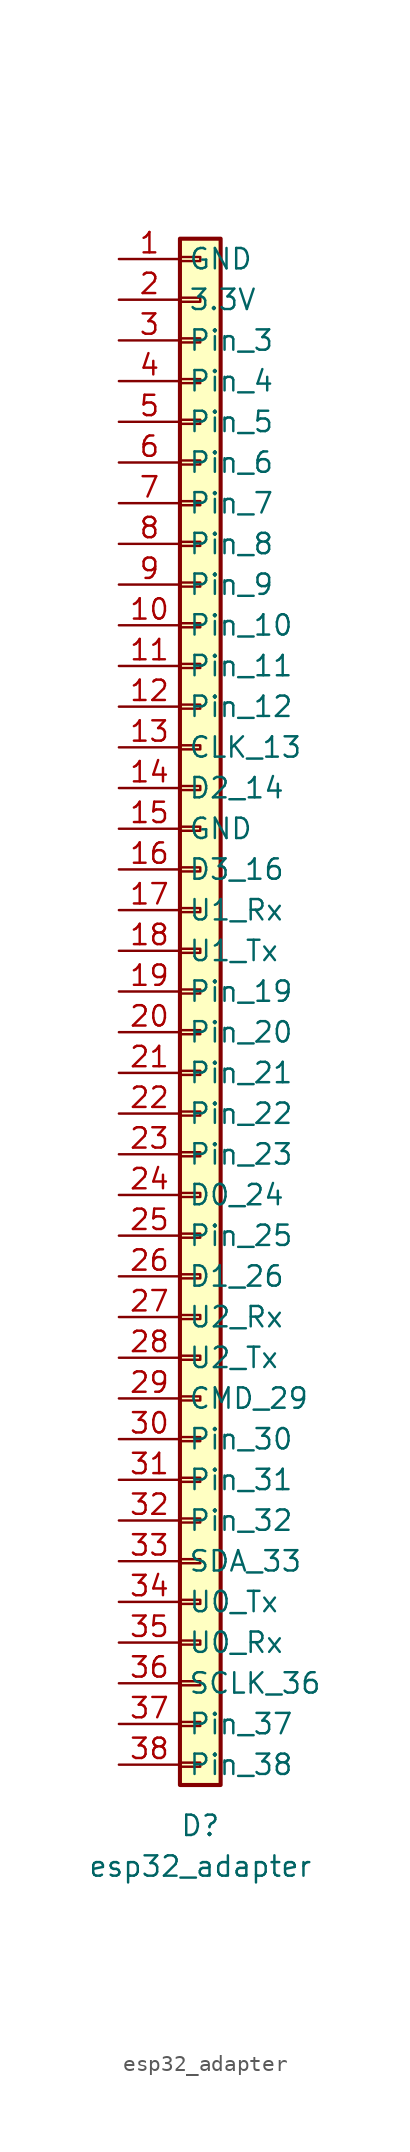
<source format=kicad_sym>
(kicad_symbol_lib
  (version 20211014)
  (generator kicad_symbol_editor)
  (symbol "esp32_adapter"
    (property "Reference" "D"
      (at 3.81 1.27 0)
      (effects (font (size 1.27 1.27))))
    (property "Value" "esp32_adapter"
      (at 3.81 -1.27 0)
      (effects (font (size 1.27 1.27))))
    (symbol "esp32_adapter_1_1"
      (rectangle (start 2.54 5.207) (end 3.81 4.953) (stroke (width 0.152) (type default) (color 0 0 0 0)) (fill (type none)))
      (rectangle (start 2.54 7.747) (end 3.81 7.493) (stroke (width 0.152) (type default) (color 0 0 0 0)) (fill (type none)))
      (rectangle (start 2.54 10.287) (end 3.81 10.033) (stroke (width 0.152) (type default) (color 0 0 0 0)) (fill (type none)))
      (rectangle (start 2.54 12.827) (end 3.81 12.573) (stroke (width 0.152) (type default) (color 0 0 0 0)) (fill (type none)))
      (rectangle (start 2.54 15.367) (end 3.81 15.113) (stroke (width 0.152) (type default) (color 0 0 0 0)) (fill (type none)))
      (rectangle (start 2.54 17.907) (end 3.81 17.653) (stroke (width 0.152) (type default) (color 0 0 0 0)) (fill (type none)))
      (rectangle (start 2.54 20.447) (end 3.81 20.193) (stroke (width 0.152) (type default) (color 0 0 0 0)) (fill (type none)))
      (rectangle (start 2.54 22.987) (end 3.81 22.733) (stroke (width 0.152) (type default) (color 0 0 0 0)) (fill (type none)))
      (rectangle (start 2.54 25.527) (end 3.81 25.273) (stroke (width 0.152) (type default) (color 0 0 0 0)) (fill (type none)))
      (rectangle (start 2.54 28.067) (end 3.81 27.813) (stroke (width 0.152) (type default) (color 0 0 0 0)) (fill (type none)))
      (rectangle (start 2.54 30.607) (end 3.81 30.353) (stroke (width 0.152) (type default) (color 0 0 0 0)) (fill (type none)))
      (rectangle (start 2.54 33.147) (end 3.81 32.893) (stroke (width 0.152) (type default) (color 0 0 0 0)) (fill (type none)))
      (rectangle (start 2.54 35.687) (end 3.81 35.433) (stroke (width 0.152) (type default) (color 0 0 0 0)) (fill (type none)))
      (rectangle (start 2.54 38.227) (end 3.81 37.973) (stroke (width 0.152) (type default) (color 0 0 0 0)) (fill (type none)))
      (rectangle (start 2.54 40.767) (end 3.81 40.513) (stroke (width 0.152) (type default) (color 0 0 0 0)) (fill (type none)))
      (rectangle (start 2.54 43.307) (end 3.81 43.053) (stroke (width 0.152) (type default) (color 0 0 0 0)) (fill (type none)))
      (rectangle (start 2.54 45.847) (end 3.81 45.593) (stroke (width 0.152) (type default) (color 0 0 0 0)) (fill (type none)))
      (rectangle (start 2.54 48.387) (end 3.81 48.133) (stroke (width 0.152) (type default) (color 0 0 0 0)) (fill (type none)))
      (rectangle (start 2.54 50.927) (end 3.81 50.673) (stroke (width 0.152) (type default) (color 0 0 0 0)) (fill (type none)))
      (rectangle (start 2.54 53.467) (end 3.81 53.213) (stroke (width 0.152) (type default) (color 0 0 0 0)) (fill (type none)))
      (rectangle (start 2.54 56.007) (end 3.81 55.753) (stroke (width 0.152) (type default) (color 0 0 0 0)) (fill (type none)))
      (rectangle (start 2.54 58.547) (end 3.81 58.293) (stroke (width 0.152) (type default) (color 0 0 0 0)) (fill (type none)))
      (rectangle (start 2.54 61.087) (end 3.81 60.833) (stroke (width 0.152) (type default) (color 0 0 0 0)) (fill (type none)))
      (rectangle (start 2.54 63.627) (end 3.81 63.373) (stroke (width 0.152) (type default) (color 0 0 0 0)) (fill (type none)))
      (rectangle (start 2.54 66.167) (end 3.81 65.913) (stroke (width 0.152) (type default) (color 0 0 0 0)) (fill (type none)))
      (rectangle (start 2.54 68.707) (end 3.81 68.453) (stroke (width 0.152) (type default) (color 0 0 0 0)) (fill (type none)))
      (rectangle (start 2.54 71.247) (end 3.81 70.993) (stroke (width 0.152) (type default) (color 0 0 0 0)) (fill (type none)))
      (rectangle (start 2.54 73.787) (end 3.81 73.533) (stroke (width 0.152) (type default) (color 0 0 0 0)) (fill (type none)))
      (rectangle (start 2.54 76.327) (end 3.81 76.073) (stroke (width 0.152) (type default) (color 0 0 0 0)) (fill (type none)))
      (rectangle (start 2.54 78.867) (end 3.81 78.613) (stroke (width 0.152) (type default) (color 0 0 0 0)) (fill (type none)))
      (rectangle (start 2.54 81.407) (end 3.81 81.153) (stroke (width 0.152) (type default) (color 0 0 0 0)) (fill (type none)))
      (rectangle (start 2.54 83.947) (end 3.81 83.693) (stroke (width 0.152) (type default) (color 0 0 0 0)) (fill (type none)))
      (rectangle (start 2.54 86.487) (end 3.81 86.233) (stroke (width 0.152) (type default) (color 0 0 0 0)) (fill (type none)))
      (rectangle (start 2.54 89.027) (end 3.81 88.773) (stroke (width 0.152) (type default) (color 0 0 0 0)) (fill (type none)))
      (rectangle (start 2.54 91.567) (end 3.81 91.313) (stroke (width 0.152) (type default) (color 0 0 0 0)) (fill (type none)))
      (rectangle (start 2.54 94.107) (end 3.81 93.853) (stroke (width 0.152) (type default) (color 0 0 0 0)) (fill (type none)))
      (rectangle (start 2.54 96.647) (end 3.81 96.393) (stroke (width 0.152) (type default) (color 0 0 0 0)) (fill (type none)))
      (rectangle (start 2.54 99.187) (end 3.81 98.933) (stroke (width 0.152) (type default) (color 0 0 0 0)) (fill (type none)))
      (rectangle (start 2.54 100.33) (end 5.08 3.81) (stroke (width 0.254) (type default) (color 0 0 0 0)) (fill (type background)))
      (pin power_out line (at -1.27 99.06 0) (length 3.81) (name "GND" (effects (font (size 1.27 1.27)))) (number "1" (effects (font (size 1.27 1.27)))))
      (pin passive line (at -1.27 76.2 0) (length 3.81) (name "Pin_10" (effects (font (size 1.27 1.27)))) (number "10" (effects (font (size 1.27 1.27)))))
      (pin passive line (at -1.27 73.66 0) (length 3.81) (name "Pin_11" (effects (font (size 1.27 1.27)))) (number "11" (effects (font (size 1.27 1.27)))))
      (pin passive line (at -1.27 71.12 0) (length 3.81) (name "Pin_12" (effects (font (size 1.27 1.27)))) (number "12" (effects (font (size 1.27 1.27)))))
      (pin bidirectional line (at -1.27 68.58 0) (length 3.81) (name "CLK_13" (effects (font (size 1.27 1.27)))) (number "13" (effects (font (size 1.27 1.27)))))
      (pin passive line (at -1.27 66.04 0) (length 3.81) (name "D2_14" (effects (font (size 1.27 1.27)))) (number "14" (effects (font (size 1.27 1.27)))))
      (pin power_out line (at -1.27 63.5 0) (length 3.81) (name "GND" (effects (font (size 1.27 1.27)))) (number "15" (effects (font (size 1.27 1.27)))))
      (pin passive line (at -1.27 60.96 0) (length 3.81) (name "D3_16" (effects (font (size 1.27 1.27)))) (number "16" (effects (font (size 1.27 1.27)))))
      (pin input line (at -1.27 58.42 0) (length 3.81) (name "U1_Rx" (effects (font (size 1.27 1.27)))) (number "17" (effects (font (size 1.27 1.27)))))
      (pin output line (at -1.27 55.88 0) (length 3.81) (name "U1_Tx" (effects (font (size 1.27 1.27)))) (number "18" (effects (font (size 1.27 1.27)))))
      (pin passive line (at -1.27 53.34 0) (length 3.81) (name "Pin_19" (effects (font (size 1.27 1.27)))) (number "19" (effects (font (size 1.27 1.27)))))
      (pin power_in line (at -1.27 96.52 0) (length 3.81) (name "3.3V" (effects (font (size 1.27 1.27)))) (number "2" (effects (font (size 1.27 1.27)))))
      (pin passive line (at -1.27 50.8 0) (length 3.81) (name "Pin_20" (effects (font (size 1.27 1.27)))) (number "20" (effects (font (size 1.27 1.27)))))
      (pin passive line (at -1.27 48.26 0) (length 3.81) (name "Pin_21" (effects (font (size 1.27 1.27)))) (number "21" (effects (font (size 1.27 1.27)))))
      (pin passive line (at -1.27 45.72 0) (length 3.81) (name "Pin_22" (effects (font (size 1.27 1.27)))) (number "22" (effects (font (size 1.27 1.27)))))
      (pin passive line (at -1.27 43.18 0) (length 3.81) (name "Pin_23" (effects (font (size 1.27 1.27)))) (number "23" (effects (font (size 1.27 1.27)))))
      (pin passive line (at -1.27 40.64 0) (length 3.81) (name "D0_24" (effects (font (size 1.27 1.27)))) (number "24" (effects (font (size 1.27 1.27)))))
      (pin passive line (at -1.27 38.1 0) (length 3.81) (name "Pin_25" (effects (font (size 1.27 1.27)))) (number "25" (effects (font (size 1.27 1.27)))))
      (pin passive line (at -1.27 35.56 0) (length 3.81) (name "D1_26" (effects (font (size 1.27 1.27)))) (number "26" (effects (font (size 1.27 1.27)))))
      (pin input line (at -1.27 33.02 0) (length 3.81) (name "U2_Rx" (effects (font (size 1.27 1.27)))) (number "27" (effects (font (size 1.27 1.27)))))
      (pin output line (at -1.27 30.48 0) (length 3.81) (name "U2_Tx" (effects (font (size 1.27 1.27)))) (number "28" (effects (font (size 1.27 1.27)))))
      (pin passive line (at -1.27 27.94 0) (length 3.81) (name "CMD_29" (effects (font (size 1.27 1.27)))) (number "29" (effects (font (size 1.27 1.27)))))
      (pin passive line (at -1.27 93.98 0) (length 3.81) (name "Pin_3" (effects (font (size 1.27 1.27)))) (number "3" (effects (font (size 1.27 1.27)))))
      (pin passive line (at -1.27 25.4 0) (length 3.81) (name "Pin_30" (effects (font (size 1.27 1.27)))) (number "30" (effects (font (size 1.27 1.27)))))
      (pin passive line (at -1.27 22.86 0) (length 3.81) (name "Pin_31" (effects (font (size 1.27 1.27)))) (number "31" (effects (font (size 1.27 1.27)))))
      (pin passive line (at -1.27 20.32 0) (length 3.81) (name "Pin_32" (effects (font (size 1.27 1.27)))) (number "32" (effects (font (size 1.27 1.27)))))
      (pin passive line (at -1.27 17.78 0) (length 3.81) (name "SDA_33" (effects (font (size 1.27 1.27)))) (number "33" (effects (font (size 1.27 1.27)))))
      (pin output line (at -1.27 15.24 0) (length 3.81) (name "U0_Tx" (effects (font (size 1.27 1.27)))) (number "34" (effects (font (size 1.27 1.27)))))
      (pin input line (at -1.27 12.7 0) (length 3.81) (name "U0_Rx" (effects (font (size 1.27 1.27)))) (number "35" (effects (font (size 1.27 1.27)))))
      (pin passive line (at -1.27 10.16 0) (length 3.81) (name "SCLK_36" (effects (font (size 1.27 1.27)))) (number "36" (effects (font (size 1.27 1.27)))))
      (pin passive line (at -1.27 7.62 0) (length 3.81) (name "Pin_37" (effects (font (size 1.27 1.27)))) (number "37" (effects (font (size 1.27 1.27)))))
      (pin power_out line (at -1.27 5.08 0) (length 3.81) (name "Pin_38" (effects (font (size 1.27 1.27)))) (number "38" (effects (font (size 1.27 1.27)))))
      (pin passive line (at -1.27 91.44 0) (length 3.81) (name "Pin_4" (effects (font (size 1.27 1.27)))) (number "4" (effects (font (size 1.27 1.27)))))
      (pin passive line (at -1.27 88.9 0) (length 3.81) (name "Pin_5" (effects (font (size 1.27 1.27)))) (number "5" (effects (font (size 1.27 1.27)))))
      (pin passive line (at -1.27 86.36 0) (length 3.81) (name "Pin_6" (effects (font (size 1.27 1.27)))) (number "6" (effects (font (size 1.27 1.27)))))
      (pin passive line (at -1.27 83.82 0) (length 3.81) (name "Pin_7" (effects (font (size 1.27 1.27)))) (number "7" (effects (font (size 1.27 1.27)))))
      (pin passive line (at -1.27 81.28 0) (length 3.81) (name "Pin_8" (effects (font (size 1.27 1.27)))) (number "8" (effects (font (size 1.27 1.27)))))
      (pin passive line (at -1.27 78.74 0) (length 3.81) (name "Pin_9" (effects (font (size 1.27 1.27)))) (number "9" (effects (font (size 1.27 1.27))))))))
</source>
